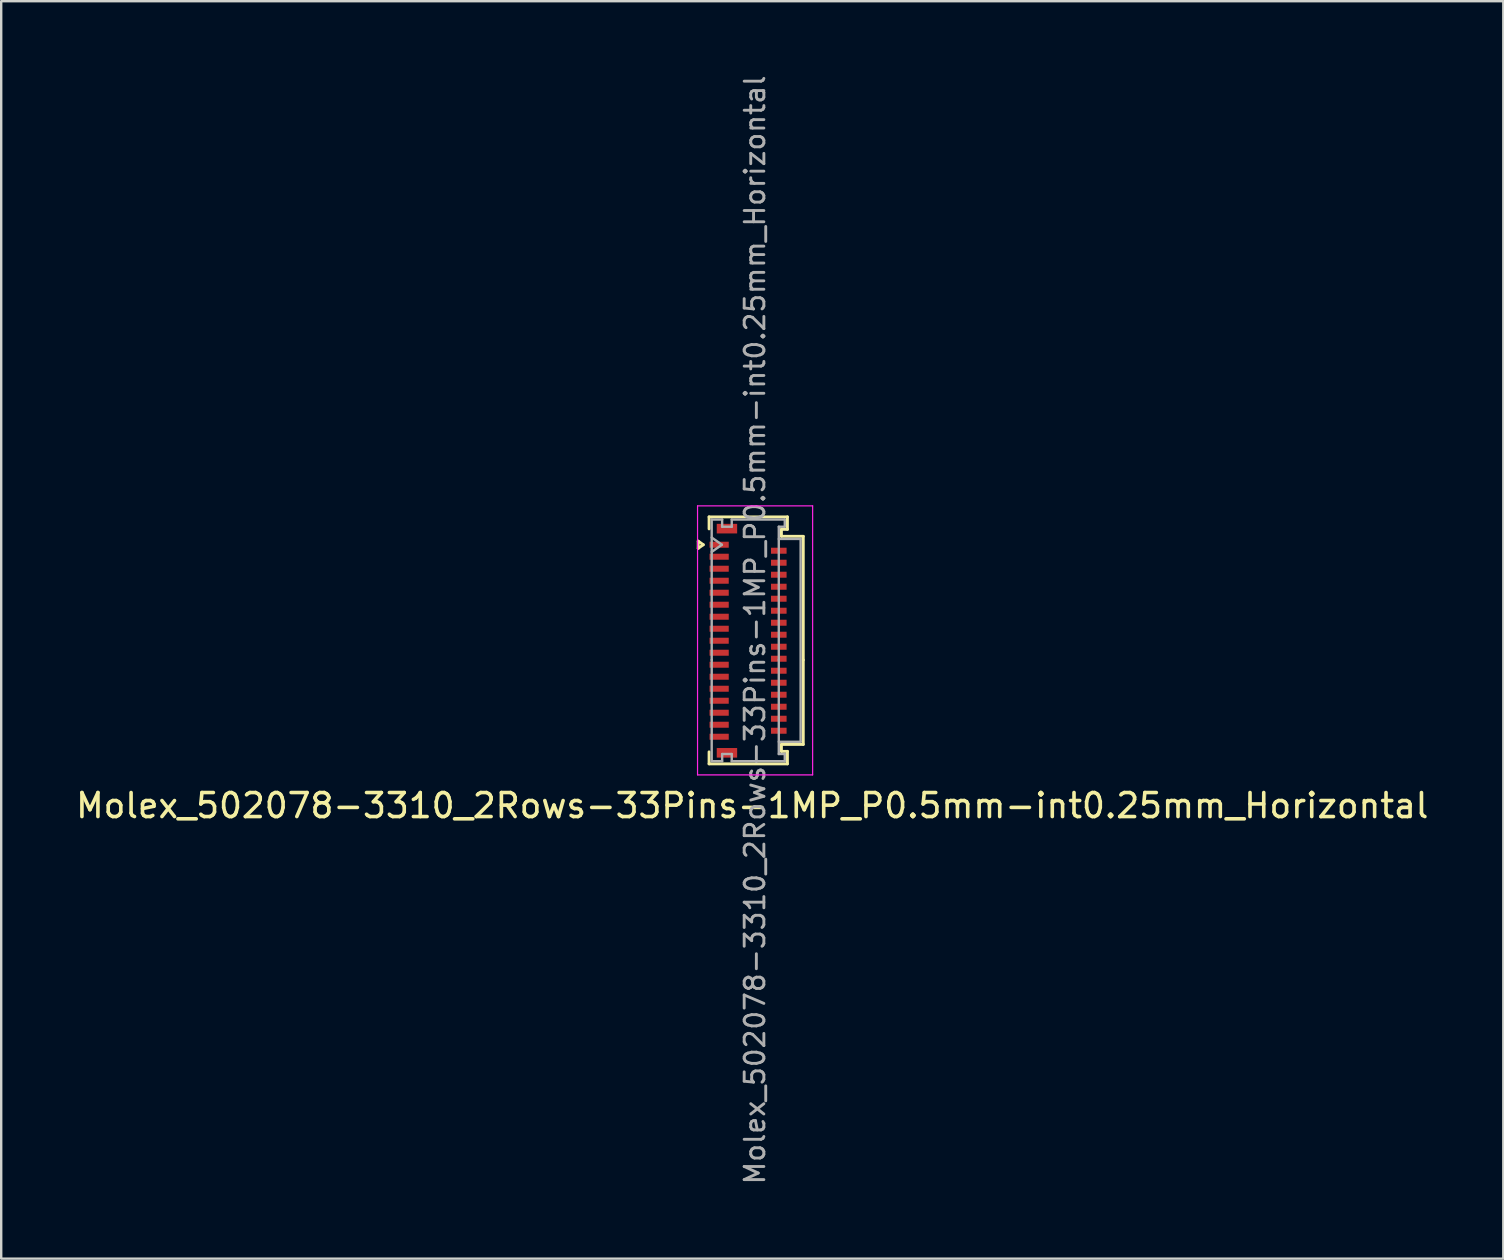
<source format=kicad_pcb>
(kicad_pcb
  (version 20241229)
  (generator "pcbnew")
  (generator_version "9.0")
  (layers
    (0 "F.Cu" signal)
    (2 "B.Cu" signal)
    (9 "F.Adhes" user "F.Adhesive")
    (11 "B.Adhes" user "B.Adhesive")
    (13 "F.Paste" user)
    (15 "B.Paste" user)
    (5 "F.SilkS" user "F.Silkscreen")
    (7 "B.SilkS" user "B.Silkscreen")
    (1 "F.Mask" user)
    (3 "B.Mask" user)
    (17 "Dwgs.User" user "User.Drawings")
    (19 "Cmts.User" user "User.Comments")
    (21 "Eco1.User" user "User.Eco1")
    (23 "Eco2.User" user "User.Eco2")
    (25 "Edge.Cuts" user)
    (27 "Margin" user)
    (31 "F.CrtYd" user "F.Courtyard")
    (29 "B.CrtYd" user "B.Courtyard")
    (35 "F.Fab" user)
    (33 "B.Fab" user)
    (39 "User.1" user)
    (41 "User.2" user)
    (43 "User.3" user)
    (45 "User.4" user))
  (footprint "Molex_502078-3310_2Rows-33Pins-1MP_P0.5mm-int0.25mm_Horizontal"
    (layer "F.Cu")
    (at 28.192 23.645)
    (property "Reference" "Molex_502078-3310_2Rows-33Pins-1MP_P0.5mm-int0.25mm_Horizontal" (at 0.1 6.87 0) (layer "F.SilkS") (effects (font (size 1 1) (thickness 0.15))))
    (attr through_hole)
    (fp_line (start -2.152 -4.15) (end -1.94 -4) (stroke (width 0.12) (type solid)) (layer "F.SilkS"))
    (fp_line (start -2.152 -3.85) (end -2.152 -4.15) (stroke (width 0.12) (type solid)) (layer "F.SilkS"))
    (fp_line (start -1.94 -4) (end -2.152 -3.85) (stroke (width 0.12) (type solid)) (layer "F.SilkS"))
    (fp_line (start -1.7 -5.16) (end 1.565 -5.16) (stroke (width 0.12) (type solid)) (layer "F.SilkS"))
    (fp_line (start -1.7 -4.66) (end -1.7 -5.16) (stroke (width 0.12) (type solid)) (layer "F.SilkS"))
    (fp_line (start -1.7 4.63) (end -1.7 5.13) (stroke (width 0.12) (type solid)) (layer "F.SilkS"))
    (fp_line (start -1.7 5.13) (end 1.565 5.13) (stroke (width 0.12) (type solid)) (layer "F.SilkS"))
    (fp_line (start 1.315 -4.64) (end 1.315 -4.35) (stroke (width 0.12) (type solid)) (layer "F.SilkS"))
    (fp_line (start 1.315 -4.35) (end 2.225 -4.35) (stroke (width 0.12) (type solid)) (layer "F.SilkS"))
    (fp_line (start 1.315 4.32) (end 2.225 4.32) (stroke (width 0.12) (type solid)) (layer "F.SilkS"))
    (fp_line (start 1.315 4.61) (end 1.315 4.32) (stroke (width 0.12) (type solid)) (layer "F.SilkS"))
    (fp_line (start 1.565 -5.16) (end 1.565 -4.64) (stroke (width 0.12) (type solid)) (layer "F.SilkS"))
    (fp_line (start 1.565 -4.64) (end 1.315 -4.64) (stroke (width 0.12) (type solid)) (layer "F.SilkS"))
    (fp_line (start 1.565 4.61) (end 1.315 4.61) (stroke (width 0.12) (type solid)) (layer "F.SilkS"))
    (fp_line (start 1.565 5.13) (end 1.565 4.61) (stroke (width 0.12) (type solid)) (layer "F.SilkS"))
    (fp_line (start 2.225 -4.35) (end 2.225 0.8) (stroke (width 0.12) (type solid)) (layer "F.SilkS"))
    (fp_line (start 2.225 4.32) (end 2.225 0.8) (stroke (width 0.12) (type solid)) (layer "F.SilkS"))
    (fp_line (start -2.18 -5.62) (end -2.18 5.59) (stroke (width 0.05) (type solid)) (layer "F.CrtYd"))
    (fp_line (start -2.18 5.59) (end 2.615 5.59) (stroke (width 0.05) (type solid)) (layer "F.CrtYd"))
    (fp_line (start 2.615 -5.62) (end -2.18 -5.62) (stroke (width 0.05) (type solid)) (layer "F.CrtYd"))
    (fp_line (start 2.615 5.59) (end 2.615 -5.62) (stroke (width 0.05) (type solid)) (layer "F.CrtYd"))
    (fp_line (start -1.59 -5.05) (end -1.155 -5.05) (stroke (width 0.1) (type solid)) (layer "F.Fab"))
    (fp_line (start -1.59 -4.3) (end -1.166 -4) (stroke (width 0.1) (type solid)) (layer "F.Fab"))
    (fp_line (start -1.59 0.8) (end -1.59 -5.05) (stroke (width 0.1) (type solid)) (layer "F.Fab"))
    (fp_line (start -1.59 0.8) (end -1.59 5.02) (stroke (width 0.1) (type solid)) (layer "F.Fab"))
    (fp_line (start -1.59 5.02) (end -1.155 5.02) (stroke (width 0.1) (type solid)) (layer "F.Fab"))
    (fp_line (start -1.166 -4) (end -1.59 -3.7) (stroke (width 0.1) (type solid)) (layer "F.Fab"))
    (fp_line (start -1.155 -5.05) (end -1.155 -4.75) (stroke (width 0.1) (type solid)) (layer "F.Fab"))
    (fp_line (start -1.155 -4.75) (end -0.755 -4.75) (stroke (width 0.1) (type solid)) (layer "F.Fab"))
    (fp_line (start -1.155 4.72) (end -0.755 4.72) (stroke (width 0.1) (type solid)) (layer "F.Fab"))
    (fp_line (start -1.155 5.02) (end -1.155 4.72) (stroke (width 0.1) (type solid)) (layer "F.Fab"))
    (fp_line (start -0.755 -5.05) (end 1.455 -5.05) (stroke (width 0.1) (type solid)) (layer "F.Fab"))
    (fp_line (start -0.755 -4.75) (end -0.755 -5.05) (stroke (width 0.1) (type solid)) (layer "F.Fab"))
    (fp_line (start -0.755 4.72) (end -0.755 5.02) (stroke (width 0.1) (type solid)) (layer "F.Fab"))
    (fp_line (start -0.755 5.02) (end 1.455 5.02) (stroke (width 0.1) (type solid)) (layer "F.Fab"))
    (fp_line (start 1.205 -4.75) (end 1.205 0.8) (stroke (width 0.1) (type solid)) (layer "F.Fab"))
    (fp_line (start 1.205 -4.24) (end 2.115 -4.24) (stroke (width 0.1) (type solid)) (layer "F.Fab"))
    (fp_line (start 1.205 4.72) (end 1.205 0.8) (stroke (width 0.1) (type solid)) (layer "F.Fab"))
    (fp_line (start 1.455 -5.05) (end 1.455 -4.75) (stroke (width 0.1) (type solid)) (layer "F.Fab"))
    (fp_line (start 1.455 -4.75) (end 1.205 -4.75) (stroke (width 0.1) (type solid)) (layer "F.Fab"))
    (fp_line (start 1.455 4.72) (end 1.205 4.72) (stroke (width 0.1) (type solid)) (layer "F.Fab"))
    (fp_line (start 1.455 5.02) (end 1.455 4.72) (stroke (width 0.1) (type solid)) (layer "F.Fab"))
    (fp_line (start 2.115 -4.24) (end 2.115 4.21) (stroke (width 0.1) (type solid)) (layer "F.Fab"))
    (fp_line (start 2.115 4.21) (end 1.205 4.21) (stroke (width 0.1) (type solid)) (layer "F.Fab"))
    (fp_text user "${REFERENCE}" (at 0.21 -0.45 90) (layer "F.Fab") (effects (font (size 0.82 0.82) (thickness 0.12))))
    (pad "1" smd rect (at -1.28 -4) (size 0.8 0.25) (layers "F.Cu" "F.Mask" "F.Paste"))
    (pad "2" smd rect (at 1.205 -3.75) (size 0.65 0.25) (layers "F.Cu" "F.Mask" "F.Paste"))
    (pad "3" smd rect (at -1.28 -3.5) (size 0.8 0.25) (layers "F.Cu" "F.Mask" "F.Paste"))
    (pad "4" smd rect (at 1.205 -3.25) (size 0.65 0.25) (layers "F.Cu" "F.Mask" "F.Paste"))
    (pad "5" smd rect (at -1.28 -3) (size 0.8 0.25) (layers "F.Cu" "F.Mask" "F.Paste"))
    (pad "6" smd rect (at 1.205 -2.75) (size 0.65 0.25) (layers "F.Cu" "F.Mask" "F.Paste"))
    (pad "7" smd rect (at -1.28 -2.5) (size 0.8 0.25) (layers "F.Cu" "F.Mask" "F.Paste"))
    (pad "8" smd rect (at 1.205 -2.25) (size 0.65 0.25) (layers "F.Cu" "F.Mask" "F.Paste"))
    (pad "9" smd rect (at -1.28 -2) (size 0.8 0.25) (layers "F.Cu" "F.Mask" "F.Paste"))
    (pad "10" smd rect (at 1.205 -1.75) (size 0.65 0.25) (layers "F.Cu" "F.Mask" "F.Paste"))
    (pad "11" smd rect (at -1.28 -1.5) (size 0.8 0.25) (layers "F.Cu" "F.Mask" "F.Paste"))
    (pad "12" smd rect (at 1.205 -1.25) (size 0.65 0.25) (layers "F.Cu" "F.Mask" "F.Paste"))
    (pad "13" smd rect (at -1.28 -1) (size 0.8 0.25) (layers "F.Cu" "F.Mask" "F.Paste"))
    (pad "14" smd rect (at 1.205 -0.75) (size 0.65 0.25) (layers "F.Cu" "F.Mask" "F.Paste"))
    (pad "15" smd rect (at -1.28 -0.5) (size 0.8 0.25) (layers "F.Cu" "F.Mask" "F.Paste"))
    (pad "16" smd rect (at 1.205 -0.25) (size 0.65 0.25) (layers "F.Cu" "F.Mask" "F.Paste"))
    (pad "17" smd rect (at -1.28 0) (size 0.8 0.25) (layers "F.Cu" "F.Mask" "F.Paste"))
    (pad "18" smd rect (at 1.205 0.25) (size 0.65 0.25) (layers "F.Cu" "F.Mask" "F.Paste"))
    (pad "19" smd rect (at -1.28 0.5) (size 0.8 0.25) (layers "F.Cu" "F.Mask" "F.Paste"))
    (pad "20" smd rect (at 1.205 0.75) (size 0.65 0.25) (layers "F.Cu" "F.Mask" "F.Paste"))
    (pad "21" smd rect (at -1.28 1) (size 0.8 0.25) (layers "F.Cu" "F.Mask" "F.Paste"))
    (pad "22" smd rect (at 1.205 1.25) (size 0.65 0.25) (layers "F.Cu" "F.Mask" "F.Paste"))
    (pad "23" smd rect (at -1.28 1.5) (size 0.8 0.25) (layers "F.Cu" "F.Mask" "F.Paste"))
    (pad "24" smd rect (at 1.205 1.75) (size 0.65 0.25) (layers "F.Cu" "F.Mask" "F.Paste"))
    (pad "25" smd rect (at -1.28 2) (size 0.8 0.25) (layers "F.Cu" "F.Mask" "F.Paste"))
    (pad "26" smd rect (at 1.205 2.25) (size 0.65 0.25) (layers "F.Cu" "F.Mask" "F.Paste"))
    (pad "27" smd rect (at -1.28 2.5) (size 0.8 0.25) (layers "F.Cu" "F.Mask" "F.Paste"))
    (pad "28" smd rect (at 1.205 2.75) (size 0.65 0.25) (layers "F.Cu" "F.Mask" "F.Paste"))
    (pad "29" smd rect (at -1.28 3) (size 0.8 0.25) (layers "F.Cu" "F.Mask" "F.Paste"))
    (pad "30" smd rect (at 1.205 3.25) (size 0.65 0.25) (layers "F.Cu" "F.Mask" "F.Paste"))
    (pad "31" smd rect (at -1.28 3.5) (size 0.8 0.25) (layers "F.Cu" "F.Mask" "F.Paste"))
    (pad "32" smd rect (at 1.205 3.75) (size 0.65 0.25) (layers "F.Cu" "F.Mask" "F.Paste"))
    (pad "33" smd rect (at -1.28 4) (size 0.8 0.25) (layers "F.Cu" "F.Mask" "F.Paste"))
    (pad "MP" smd rect (at -0.955 -4.67) (size 0.85 0.4) (layers "F.Cu" "F.Mask" "F.Paste"))
    (pad "MP" smd rect (at -0.955 4.67) (size 0.85 0.4) (layers "F.Cu" "F.Mask" "F.Paste")))
  (gr_rect
    (start -3 -3)
    (end 59.583 49.389)
    (stroke (width 0.1) (type default))
    (fill no)
    (layer "Edge.Cuts")))
</source>
